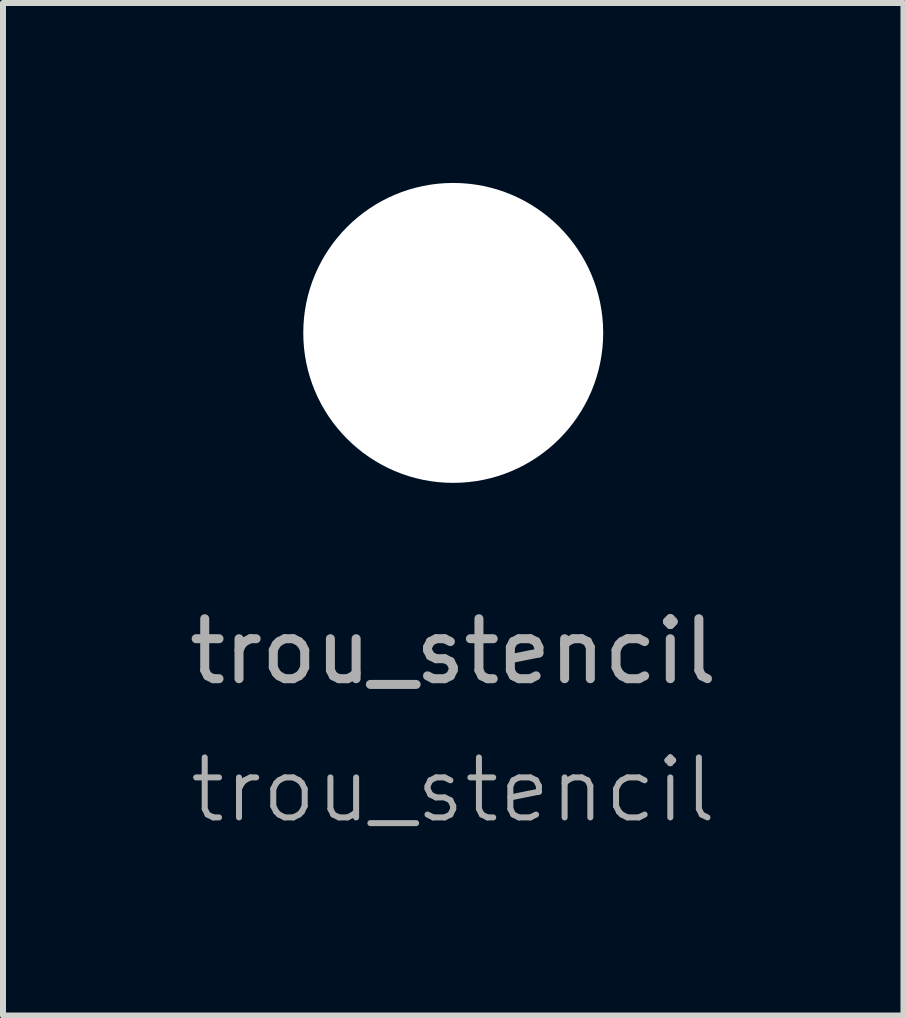
<source format=kicad_pcb>
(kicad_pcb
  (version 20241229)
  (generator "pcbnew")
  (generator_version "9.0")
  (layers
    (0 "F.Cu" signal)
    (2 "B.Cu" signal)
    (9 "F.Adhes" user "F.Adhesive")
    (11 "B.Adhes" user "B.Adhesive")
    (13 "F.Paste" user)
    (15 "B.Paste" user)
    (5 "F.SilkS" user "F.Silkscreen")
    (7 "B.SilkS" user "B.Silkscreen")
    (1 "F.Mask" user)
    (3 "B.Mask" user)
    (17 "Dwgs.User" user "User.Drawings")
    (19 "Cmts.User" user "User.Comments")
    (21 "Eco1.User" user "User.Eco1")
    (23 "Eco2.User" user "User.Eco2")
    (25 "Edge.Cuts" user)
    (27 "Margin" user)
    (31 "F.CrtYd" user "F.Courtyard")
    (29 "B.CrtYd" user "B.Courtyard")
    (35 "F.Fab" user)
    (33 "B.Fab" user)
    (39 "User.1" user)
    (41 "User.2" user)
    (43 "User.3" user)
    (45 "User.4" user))
  (footprint "trou_stencil"
    (layer "F.Cu")
    (at 4.506 2.5)
    (property "Reference" "trou_stencil" (at 0 7.62 0) (unlocked yes) (layer "F.Fab") (effects (font (size 1 1) (thickness 0.1))))
    (attr smd)
    (fp_text user "${REFERENCE}" (at 0 5.31 0) (unlocked yes) (layer "F.Fab") (effects (font (size 1 1) (thickness 0.15))))
    (pad "" np_thru_hole circle (at 0 0) (size 5 5) (drill 5) (layers "*.Cu" "*.Paste" "*.Mask")))
  (gr_rect
    (start -3 -3)
    (end 12.012 13.88)
    (stroke (width 0.1) (type default))
    (fill no)
    (layer "Edge.Cuts")))
</source>
